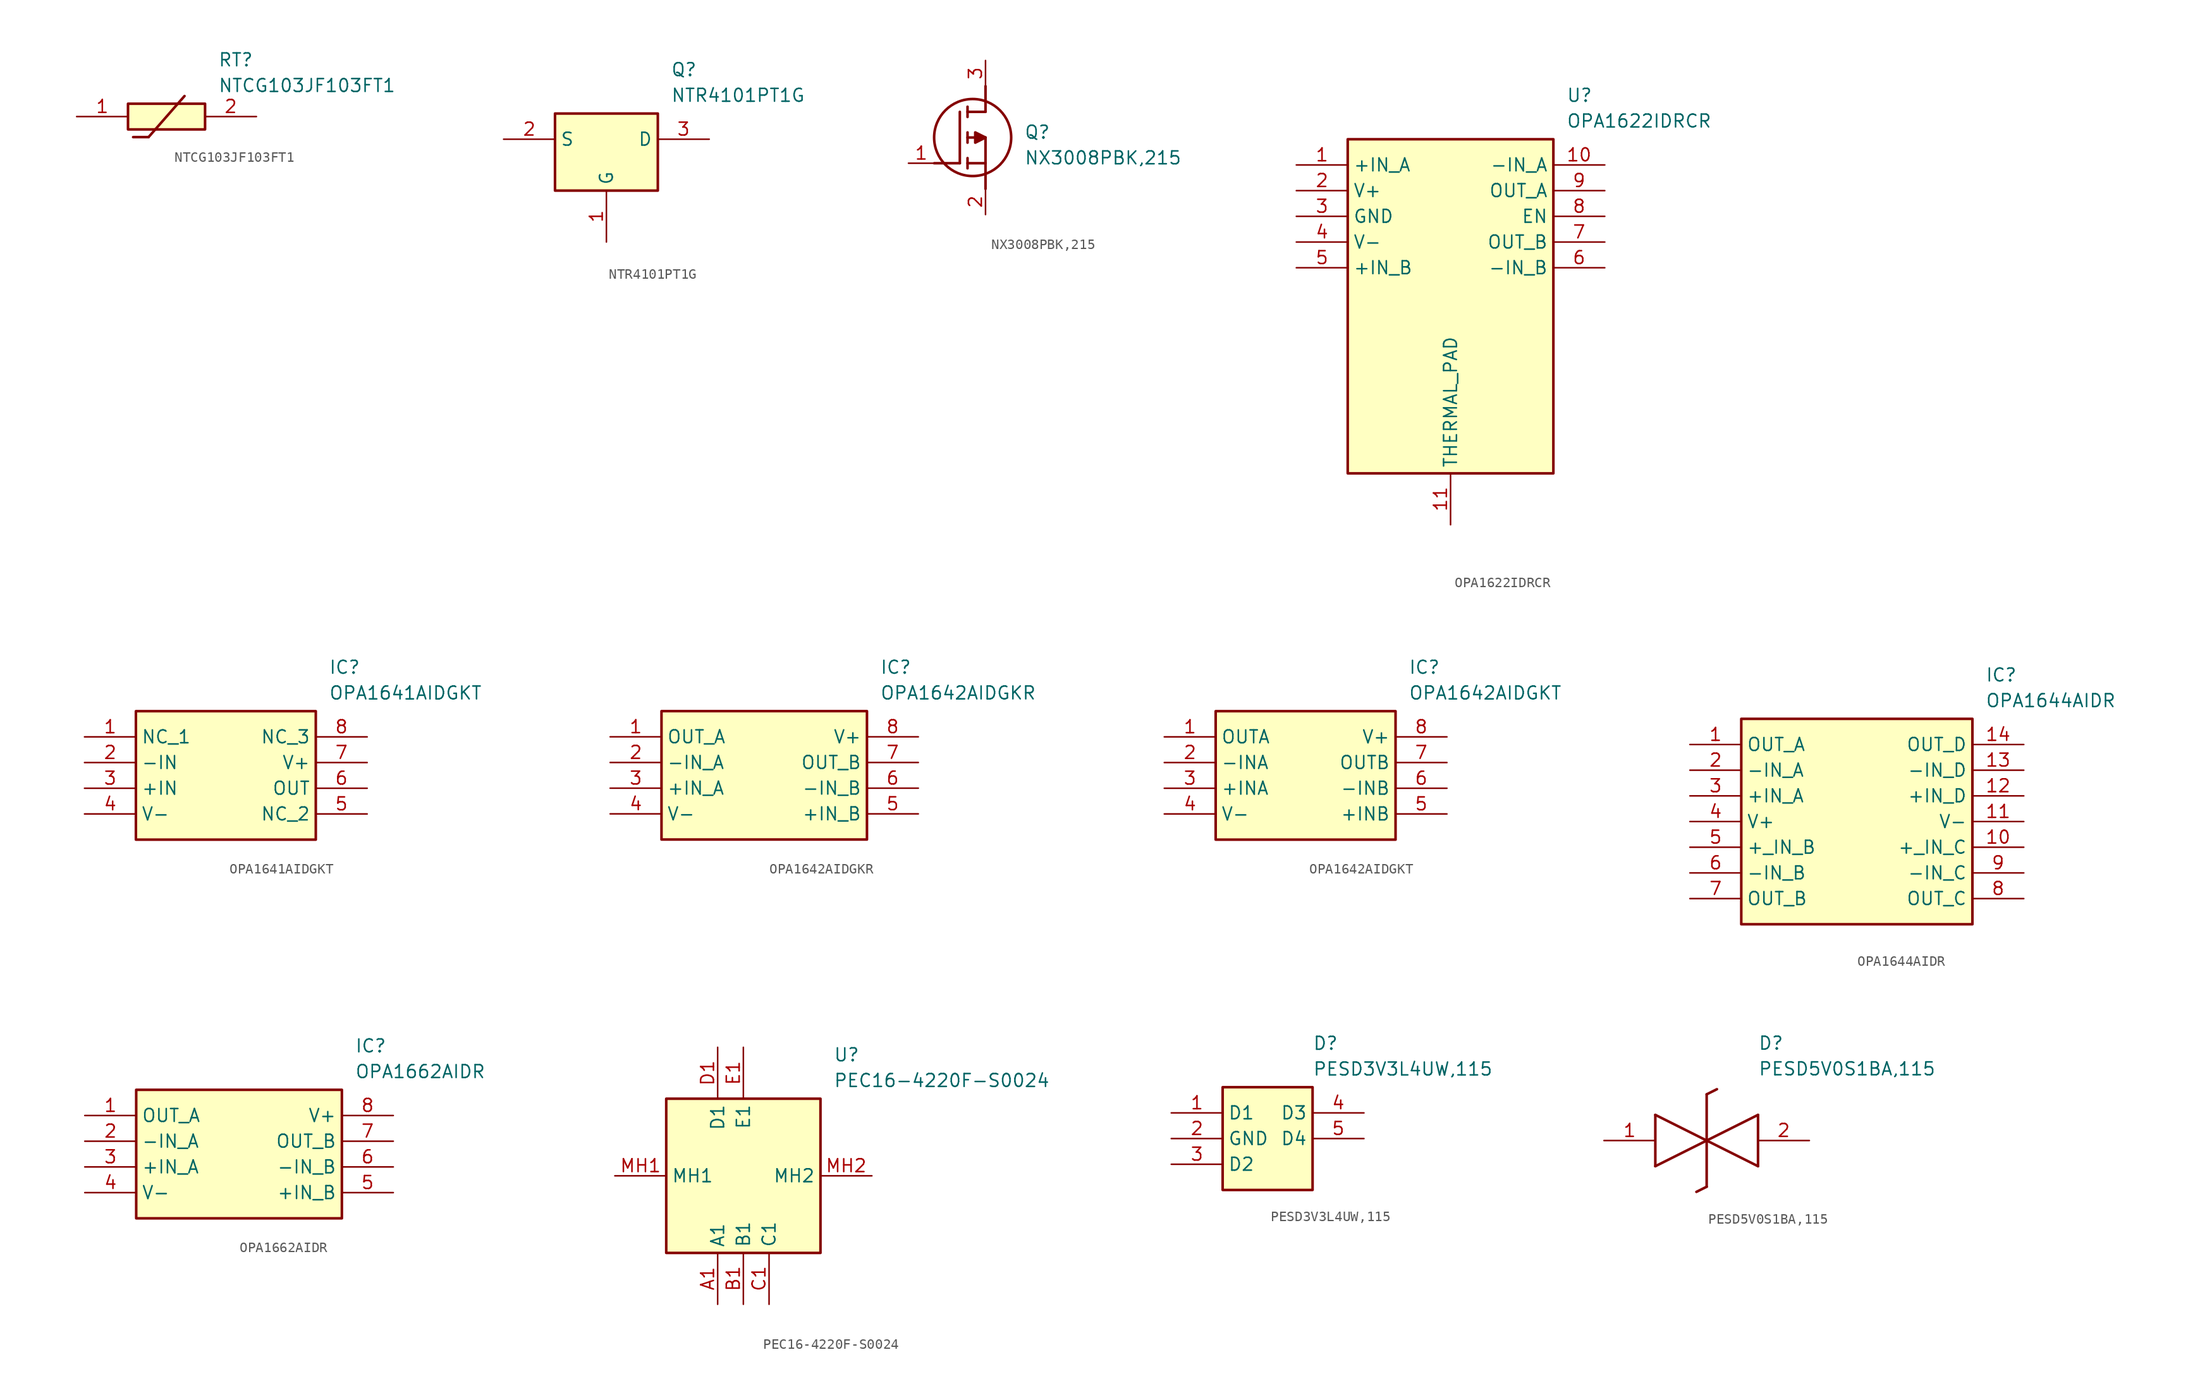
<source format=kicad_sym>
(kicad_symbol_lib
  (version 20231120)
  (generator "kicad_symbol_editor")
  (generator_version "8.0")
  (symbol "NTCG103JF103FT1"
    (pin_names hide)
    (property "Reference" "RT"
      (at 13.97 6.35 0)
      (effects (font (size 1.27 1.27)) (justify left top)))
    (property "Value" "NTCG103JF103FT1"
      (at 13.97 3.81 0)
      (effects (font (size 1.27 1.27)) (justify left top)))
    (symbol "NTCG103JF103FT1_1_1"
      (polyline (pts (xy 5.588 -2.032) (xy 7.112 -2.032)) (stroke (width 0.254) (type default)) (fill (type none)))
      (polyline (pts (xy 10.668 2.032) (xy 7.112 -2.032)) (stroke (width 0.254) (type default)) (fill (type none)))
      (rectangle (start 5.08 1.27) (end 12.7 -1.27) (stroke (width 0.254) (type default)) (fill (type background)))
      (pin passive line (at 0 0 0) (length 5.08) (name "1" (effects (font (size 1.27 1.27)))) (number "1" (effects (font (size 1.27 1.27)))))
      (pin passive line (at 17.78 0 180) (length 5.08) (name "2" (effects (font (size 1.27 1.27)))) (number "2" (effects (font (size 1.27 1.27)))))))
  (symbol "NTR4101PT1G"
    (property "Reference" "Q"
      (at 16.51 7.62 0)
      (effects (font (size 1.27 1.27)) (justify left top)))
    (property "Value" "NTR4101PT1G"
      (at 16.51 5.08 0)
      (effects (font (size 1.27 1.27)) (justify left top)))
    (symbol "NTR4101PT1G_1_1"
      (rectangle (start 5.08 2.54) (end 15.24 -5.08) (stroke (width 0.254) (type default)) (fill (type background)))
      (pin passive line (at 10.16 -10.16 90) (length 5.08) (name "G" (effects (font (size 1.27 1.27)))) (number "1" (effects (font (size 1.27 1.27)))))
      (pin passive line (at 0 0 0) (length 5.08) (name "S" (effects (font (size 1.27 1.27)))) (number "2" (effects (font (size 1.27 1.27)))))
      (pin passive line (at 20.32 0 180) (length 5.08) (name "D" (effects (font (size 1.27 1.27)))) (number "3" (effects (font (size 1.27 1.27)))))))
  (symbol "NX3008PBK,215"
    (pin_names hide)
    (property "Reference" "Q"
      (at 11.43 3.81 0)
      (effects (font (size 1.27 1.27)) (justify left top)))
    (property "Value" "NX3008PBK,215"
      (at 11.43 1.27 0)
      (effects (font (size 1.27 1.27)) (justify left top)))
    (symbol "NX3008PBK,215_1_1"
      (polyline (pts (xy 2.54 0) (xy 5.08 0)) (stroke (width 0.254) (type default)) (fill (type none)))
      (polyline (pts (xy 5.08 5.08) (xy 5.08 0)) (stroke (width 0.254) (type default)) (fill (type none)))
      (polyline (pts (xy 5.842 -0.508) (xy 5.842 0.508)) (stroke (width 0.254) (type default)) (fill (type none)))
      (polyline (pts (xy 5.842 0) (xy 7.62 0)) (stroke (width 0.254) (type default)) (fill (type none)))
      (polyline (pts (xy 5.842 2.032) (xy 5.842 3.048)) (stroke (width 0.254) (type default)) (fill (type none)))
      (polyline (pts (xy 5.842 5.588) (xy 5.842 4.572)) (stroke (width 0.254) (type default)) (fill (type none)))
      (polyline (pts (xy 7.62 2.54) (xy 5.842 2.54)) (stroke (width 0.254) (type default)) (fill (type none)))
      (polyline (pts (xy 7.62 2.54) (xy 7.62 -2.54)) (stroke (width 0.254) (type default)) (fill (type none)))
      (polyline (pts (xy 7.62 5.08) (xy 5.842 5.08)) (stroke (width 0.254) (type default)) (fill (type none)))
      (polyline (pts (xy 7.62 5.08) (xy 7.62 7.62)) (stroke (width 0.254) (type default)) (fill (type none)))
      (polyline (pts (xy 7.62 2.54) (xy 6.604 3.048) (xy 6.604 2.032) (xy 7.62 2.54)) (stroke (width 0.254) (type default)) (fill (type outline)))
      (circle (center 6.35 2.54) (radius 3.81) (stroke (width 0.254) (type default)) (fill (type none)))
      (pin passive line (at 0 0 0) (length 2.54) (name "G" (effects (font (size 1.27 1.27)))) (number "1" (effects (font (size 1.27 1.27)))))
      (pin passive line (at 7.62 -5.08 90) (length 2.54) (name "S" (effects (font (size 1.27 1.27)))) (number "2" (effects (font (size 1.27 1.27)))))
      (pin passive line (at 7.62 10.16 270) (length 2.54) (name "D" (effects (font (size 1.27 1.27)))) (number "3" (effects (font (size 1.27 1.27)))))))
  (symbol "OPA1622IDRCR"
    (property "Reference" "U"
      (at 26.67 7.62 0)
      (effects (font (size 1.27 1.27)) (justify left top)))
    (property "Value" "OPA1622IDRCR"
      (at 26.67 5.08 0)
      (effects (font (size 1.27 1.27)) (justify left top)))
    (symbol "OPA1622IDRCR_1_1"
      (rectangle (start 5.08 2.54) (end 25.4 -30.48) (stroke (width 0.254) (type default)) (fill (type background)))
      (pin input line (at 0 0 0) (length 5.08) (name "+IN_A" (effects (font (size 1.27 1.27)))) (number "1" (effects (font (size 1.27 1.27)))))
      (pin input line (at 30.48 0 180) (length 5.08) (name "-IN_A" (effects (font (size 1.27 1.27)))) (number "10" (effects (font (size 1.27 1.27)))))
      (pin power_in line (at 15.24 -35.56 90) (length 5.08) (name "THERMAL_PAD" (effects (font (size 1.27 1.27)))) (number "11" (effects (font (size 1.27 1.27)))))
      (pin power_in line (at 0 -2.54 0) (length 5.08) (name "V+" (effects (font (size 1.27 1.27)))) (number "2" (effects (font (size 1.27 1.27)))))
      (pin power_in line (at 0 -5.08 0) (length 5.08) (name "GND" (effects (font (size 1.27 1.27)))) (number "3" (effects (font (size 1.27 1.27)))))
      (pin power_in line (at 0 -7.62 0) (length 5.08) (name "V-" (effects (font (size 1.27 1.27)))) (number "4" (effects (font (size 1.27 1.27)))))
      (pin input line (at 0 -10.16 0) (length 5.08) (name "+IN_B" (effects (font (size 1.27 1.27)))) (number "5" (effects (font (size 1.27 1.27)))))
      (pin input line (at 30.48 -10.16 180) (length 5.08) (name "-IN_B" (effects (font (size 1.27 1.27)))) (number "6" (effects (font (size 1.27 1.27)))))
      (pin output line (at 30.48 -7.62 180) (length 5.08) (name "OUT_B" (effects (font (size 1.27 1.27)))) (number "7" (effects (font (size 1.27 1.27)))))
      (pin bidirectional line (at 30.48 -5.08 180) (length 5.08) (name "EN" (effects (font (size 1.27 1.27)))) (number "8" (effects (font (size 1.27 1.27)))))
      (pin output line (at 30.48 -2.54 180) (length 5.08) (name "OUT_A" (effects (font (size 1.27 1.27)))) (number "9" (effects (font (size 1.27 1.27)))))))
  (symbol "OPA1641AIDGKT"
    (property "Reference" "IC"
      (at 24.13 7.62 0)
      (effects (font (size 1.27 1.27)) (justify left top)))
    (property "Value" "OPA1641AIDGKT"
      (at 24.13 5.08 0)
      (effects (font (size 1.27 1.27)) (justify left top)))
    (symbol "OPA1641AIDGKT_1_1"
      (rectangle (start 5.08 2.54) (end 22.86 -10.16) (stroke (width 0.254) (type default)) (fill (type background)))
      (pin passive line (at 0 0 0) (length 5.08) (name "NC_1" (effects (font (size 1.27 1.27)))) (number "1" (effects (font (size 1.27 1.27)))))
      (pin passive line (at 0 -2.54 0) (length 5.08) (name "-IN" (effects (font (size 1.27 1.27)))) (number "2" (effects (font (size 1.27 1.27)))))
      (pin passive line (at 0 -5.08 0) (length 5.08) (name "+IN" (effects (font (size 1.27 1.27)))) (number "3" (effects (font (size 1.27 1.27)))))
      (pin passive line (at 0 -7.62 0) (length 5.08) (name "V-" (effects (font (size 1.27 1.27)))) (number "4" (effects (font (size 1.27 1.27)))))
      (pin passive line (at 27.94 -7.62 180) (length 5.08) (name "NC_2" (effects (font (size 1.27 1.27)))) (number "5" (effects (font (size 1.27 1.27)))))
      (pin passive line (at 27.94 -5.08 180) (length 5.08) (name "OUT" (effects (font (size 1.27 1.27)))) (number "6" (effects (font (size 1.27 1.27)))))
      (pin passive line (at 27.94 -2.54 180) (length 5.08) (name "V+" (effects (font (size 1.27 1.27)))) (number "7" (effects (font (size 1.27 1.27)))))
      (pin passive line (at 27.94 0 180) (length 5.08) (name "NC_3" (effects (font (size 1.27 1.27)))) (number "8" (effects (font (size 1.27 1.27)))))))
  (symbol "OPA1642AIDGKR"
    (property "Reference" "IC"
      (at 26.67 7.62 0)
      (effects (font (size 1.27 1.27)) (justify left top)))
    (property "Value" "OPA1642AIDGKR"
      (at 26.67 5.08 0)
      (effects (font (size 1.27 1.27)) (justify left top)))
    (symbol "OPA1642AIDGKR_1_1"
      (rectangle (start 5.08 2.54) (end 25.4 -10.16) (stroke (width 0.254) (type default)) (fill (type background)))
      (pin output line (at 0 0 0) (length 5.08) (name "OUT_A" (effects (font (size 1.27 1.27)))) (number "1" (effects (font (size 1.27 1.27)))))
      (pin input line (at 0 -2.54 0) (length 5.08) (name "-IN_A" (effects (font (size 1.27 1.27)))) (number "2" (effects (font (size 1.27 1.27)))))
      (pin input line (at 0 -5.08 0) (length 5.08) (name "+IN_A" (effects (font (size 1.27 1.27)))) (number "3" (effects (font (size 1.27 1.27)))))
      (pin passive line (at 0 -7.62 0) (length 5.08) (name "V-" (effects (font (size 1.27 1.27)))) (number "4" (effects (font (size 1.27 1.27)))))
      (pin input line (at 30.48 -7.62 180) (length 5.08) (name "+IN_B" (effects (font (size 1.27 1.27)))) (number "5" (effects (font (size 1.27 1.27)))))
      (pin input line (at 30.48 -5.08 180) (length 5.08) (name "-IN_B" (effects (font (size 1.27 1.27)))) (number "6" (effects (font (size 1.27 1.27)))))
      (pin output line (at 30.48 -2.54 180) (length 5.08) (name "OUT_B" (effects (font (size 1.27 1.27)))) (number "7" (effects (font (size 1.27 1.27)))))
      (pin passive line (at 30.48 0 180) (length 5.08) (name "V+" (effects (font (size 1.27 1.27)))) (number "8" (effects (font (size 1.27 1.27)))))))
  (symbol "OPA1642AIDGKT"
    (property "Reference" "IC"
      (at 24.13 7.62 0)
      (effects (font (size 1.27 1.27)) (justify left top)))
    (property "Value" "OPA1642AIDGKT"
      (at 24.13 5.08 0)
      (effects (font (size 1.27 1.27)) (justify left top)))
    (symbol "OPA1642AIDGKT_1_1"
      (rectangle (start 5.08 2.54) (end 22.86 -10.16) (stroke (width 0.254) (type default)) (fill (type background)))
      (pin passive line (at 0 0 0) (length 5.08) (name "OUTA" (effects (font (size 1.27 1.27)))) (number "1" (effects (font (size 1.27 1.27)))))
      (pin passive line (at 0 -2.54 0) (length 5.08) (name "-INA" (effects (font (size 1.27 1.27)))) (number "2" (effects (font (size 1.27 1.27)))))
      (pin passive line (at 0 -5.08 0) (length 5.08) (name "+INA" (effects (font (size 1.27 1.27)))) (number "3" (effects (font (size 1.27 1.27)))))
      (pin passive line (at 0 -7.62 0) (length 5.08) (name "V-" (effects (font (size 1.27 1.27)))) (number "4" (effects (font (size 1.27 1.27)))))
      (pin passive line (at 27.94 -7.62 180) (length 5.08) (name "+INB" (effects (font (size 1.27 1.27)))) (number "5" (effects (font (size 1.27 1.27)))))
      (pin passive line (at 27.94 -5.08 180) (length 5.08) (name "-INB" (effects (font (size 1.27 1.27)))) (number "6" (effects (font (size 1.27 1.27)))))
      (pin passive line (at 27.94 -2.54 180) (length 5.08) (name "OUTB" (effects (font (size 1.27 1.27)))) (number "7" (effects (font (size 1.27 1.27)))))
      (pin passive line (at 27.94 0 180) (length 5.08) (name "V+" (effects (font (size 1.27 1.27)))) (number "8" (effects (font (size 1.27 1.27)))))))
  (symbol "OPA1644AIDR"
    (property "Reference" "IC"
      (at 29.21 7.62 0)
      (effects (font (size 1.27 1.27)) (justify left top)))
    (property "Value" "OPA1644AIDR"
      (at 29.21 5.08 0)
      (effects (font (size 1.27 1.27)) (justify left top)))
    (symbol "OPA1644AIDR_1_1"
      (rectangle (start 5.08 2.54) (end 27.94 -17.78) (stroke (width 0.254) (type default)) (fill (type background)))
      (pin passive line (at 0 0 0) (length 5.08) (name "OUT_A" (effects (font (size 1.27 1.27)))) (number "1" (effects (font (size 1.27 1.27)))))
      (pin passive line (at 33.02 -10.16 180) (length 5.08) (name "+_IN_C" (effects (font (size 1.27 1.27)))) (number "10" (effects (font (size 1.27 1.27)))))
      (pin passive line (at 33.02 -7.62 180) (length 5.08) (name "V-" (effects (font (size 1.27 1.27)))) (number "11" (effects (font (size 1.27 1.27)))))
      (pin passive line (at 33.02 -5.08 180) (length 5.08) (name "+IN_D" (effects (font (size 1.27 1.27)))) (number "12" (effects (font (size 1.27 1.27)))))
      (pin passive line (at 33.02 -2.54 180) (length 5.08) (name "-IN_D" (effects (font (size 1.27 1.27)))) (number "13" (effects (font (size 1.27 1.27)))))
      (pin passive line (at 33.02 0 180) (length 5.08) (name "OUT_D" (effects (font (size 1.27 1.27)))) (number "14" (effects (font (size 1.27 1.27)))))
      (pin passive line (at 0 -2.54 0) (length 5.08) (name "-IN_A" (effects (font (size 1.27 1.27)))) (number "2" (effects (font (size 1.27 1.27)))))
      (pin passive line (at 0 -5.08 0) (length 5.08) (name "+IN_A" (effects (font (size 1.27 1.27)))) (number "3" (effects (font (size 1.27 1.27)))))
      (pin passive line (at 0 -7.62 0) (length 5.08) (name "V+" (effects (font (size 1.27 1.27)))) (number "4" (effects (font (size 1.27 1.27)))))
      (pin passive line (at 0 -10.16 0) (length 5.08) (name "+_IN_B" (effects (font (size 1.27 1.27)))) (number "5" (effects (font (size 1.27 1.27)))))
      (pin passive line (at 0 -12.7 0) (length 5.08) (name "-IN_B" (effects (font (size 1.27 1.27)))) (number "6" (effects (font (size 1.27 1.27)))))
      (pin passive line (at 0 -15.24 0) (length 5.08) (name "OUT_B" (effects (font (size 1.27 1.27)))) (number "7" (effects (font (size 1.27 1.27)))))
      (pin passive line (at 33.02 -15.24 180) (length 5.08) (name "OUT_C" (effects (font (size 1.27 1.27)))) (number "8" (effects (font (size 1.27 1.27)))))
      (pin passive line (at 33.02 -12.7 180) (length 5.08) (name "-IN_C" (effects (font (size 1.27 1.27)))) (number "9" (effects (font (size 1.27 1.27)))))))
  (symbol "OPA1662AIDR"
    (property "Reference" "IC"
      (at 26.67 7.62 0)
      (effects (font (size 1.27 1.27)) (justify left top)))
    (property "Value" "OPA1662AIDR"
      (at 26.67 5.08 0)
      (effects (font (size 1.27 1.27)) (justify left top)))
    (symbol "OPA1662AIDR_1_1"
      (rectangle (start 5.08 2.54) (end 25.4 -10.16) (stroke (width 0.254) (type default)) (fill (type background)))
      (pin passive line (at 0 0 0) (length 5.08) (name "OUT_A" (effects (font (size 1.27 1.27)))) (number "1" (effects (font (size 1.27 1.27)))))
      (pin passive line (at 0 -2.54 0) (length 5.08) (name "-IN_A" (effects (font (size 1.27 1.27)))) (number "2" (effects (font (size 1.27 1.27)))))
      (pin passive line (at 0 -5.08 0) (length 5.08) (name "+IN_A" (effects (font (size 1.27 1.27)))) (number "3" (effects (font (size 1.27 1.27)))))
      (pin passive line (at 0 -7.62 0) (length 5.08) (name "V-" (effects (font (size 1.27 1.27)))) (number "4" (effects (font (size 1.27 1.27)))))
      (pin passive line (at 30.48 -7.62 180) (length 5.08) (name "+IN_B" (effects (font (size 1.27 1.27)))) (number "5" (effects (font (size 1.27 1.27)))))
      (pin passive line (at 30.48 -5.08 180) (length 5.08) (name "-IN_B" (effects (font (size 1.27 1.27)))) (number "6" (effects (font (size 1.27 1.27)))))
      (pin passive line (at 30.48 -2.54 180) (length 5.08) (name "OUT_B" (effects (font (size 1.27 1.27)))) (number "7" (effects (font (size 1.27 1.27)))))
      (pin passive line (at 30.48 0 180) (length 5.08) (name "V+" (effects (font (size 1.27 1.27)))) (number "8" (effects (font (size 1.27 1.27)))))))
  (symbol "PEC16-4220F-S0024"
    (property "Reference" "U"
      (at 21.59 12.7 0)
      (effects (font (size 1.27 1.27)) (justify left top)))
    (property "Value" "PEC16-4220F-S0024"
      (at 21.59 10.16 0)
      (effects (font (size 1.27 1.27)) (justify left top)))
    (symbol "PEC16-4220F-S0024_1_1"
      (rectangle (start 5.08 7.62) (end 20.32 -7.62) (stroke (width 0.254) (type default)) (fill (type background)))
      (pin passive line (at 10.16 -12.7 90) (length 5.08) (name "A1" (effects (font (size 1.27 1.27)))) (number "A1" (effects (font (size 1.27 1.27)))))
      (pin passive line (at 12.7 -12.7 90) (length 5.08) (name "B1" (effects (font (size 1.27 1.27)))) (number "B1" (effects (font (size 1.27 1.27)))))
      (pin passive line (at 15.24 -12.7 90) (length 5.08) (name "C1" (effects (font (size 1.27 1.27)))) (number "C1" (effects (font (size 1.27 1.27)))))
      (pin passive line (at 10.16 12.7 270) (length 5.08) (name "D1" (effects (font (size 1.27 1.27)))) (number "D1" (effects (font (size 1.27 1.27)))))
      (pin passive line (at 12.7 12.7 270) (length 5.08) (name "E1" (effects (font (size 1.27 1.27)))) (number "E1" (effects (font (size 1.27 1.27)))))
      (pin passive line (at 0 0 0) (length 5.08) (name "MH1" (effects (font (size 1.27 1.27)))) (number "MH1" (effects (font (size 1.27 1.27)))))
      (pin passive line (at 25.4 0 180) (length 5.08) (name "MH2" (effects (font (size 1.27 1.27)))) (number "MH2" (effects (font (size 1.27 1.27)))))))
  (symbol "PESD3V3L4UW,115"
    (property "Reference" "D"
      (at 20.32 5.08 0)
      (effects (font (size 1.27 1.27)) (justify left top)))
    (property "Value" "PESD3V3L4UW,115"
      (at 20.32 2.54 0)
      (effects (font (size 1.27 1.27)) (justify left top)))
    (symbol "PESD3V3L4UW,115_1_1"
      (rectangle (start 11.43 0) (end 20.32 -10.16) (stroke (width 0.254) (type default)) (fill (type background)))
      (pin passive line (at 6.35 -2.54 0) (length 5.08) (name "D1" (effects (font (size 1.27 1.27)))) (number "1" (effects (font (size 1.27 1.27)))))
      (pin passive line (at 6.35 -5.08 0) (length 5.08) (name "GND" (effects (font (size 1.27 1.27)))) (number "2" (effects (font (size 1.27 1.27)))))
      (pin passive line (at 6.35 -7.62 0) (length 5.08) (name "D2" (effects (font (size 1.27 1.27)))) (number "3" (effects (font (size 1.27 1.27)))))
      (pin passive line (at 25.4 -2.54 180) (length 5.08) (name "D3" (effects (font (size 1.27 1.27)))) (number "4" (effects (font (size 1.27 1.27)))))
      (pin passive line (at 25.4 -5.08 180) (length 5.08) (name "D4" (effects (font (size 1.27 1.27)))) (number "5" (effects (font (size 1.27 1.27)))))))
  (symbol "PESD5V0S1BA,115"
    (pin_names hide)
    (property "Reference" "D"
      (at 15.24 8.89 0)
      (effects (font (size 1.27 1.27)) (justify left bottom)))
    (property "Value" "PESD5V0S1BA,115"
      (at 15.24 6.35 0)
      (effects (font (size 1.27 1.27)) (justify left bottom)))
    (symbol "PESD5V0S1BA,115_1_1"
      (polyline (pts (xy 5.08 2.54) (xy 5.08 -2.54)) (stroke (width 0.254) (type default)) (fill (type none)))
      (polyline (pts (xy 5.08 2.54) (xy 10.16 0)) (stroke (width 0.254) (type default)) (fill (type none)))
      (polyline (pts (xy 10.16 -4.572) (xy 9.144 -5.08)) (stroke (width 0.254) (type default)) (fill (type none)))
      (polyline (pts (xy 10.16 -4.572) (xy 10.16 4.572)) (stroke (width 0.254) (type default)) (fill (type none)))
      (polyline (pts (xy 10.16 0) (xy 5.08 -2.54)) (stroke (width 0.254) (type default)) (fill (type none)))
      (polyline (pts (xy 10.16 0) (xy 15.24 -2.54)) (stroke (width 0.254) (type default)) (fill (type none)))
      (polyline (pts (xy 11.176 5.08) (xy 10.16 4.572)) (stroke (width 0.254) (type default)) (fill (type none)))
      (polyline (pts (xy 15.24 2.54) (xy 10.16 0)) (stroke (width 0.254) (type default)) (fill (type none)))
      (polyline (pts (xy 15.24 2.54) (xy 15.24 -2.54)) (stroke (width 0.254) (type default)) (fill (type none)))
      (pin passive line (at 0 0 0) (length 5.08) (name "K1" (effects (font (size 1.27 1.27)))) (number "1" (effects (font (size 1.27 1.27)))))
      (pin passive line (at 20.32 0 180) (length 5.08) (name "K2" (effects (font (size 1.27 1.27)))) (number "2" (effects (font (size 1.27 1.27))))))))
</source>
